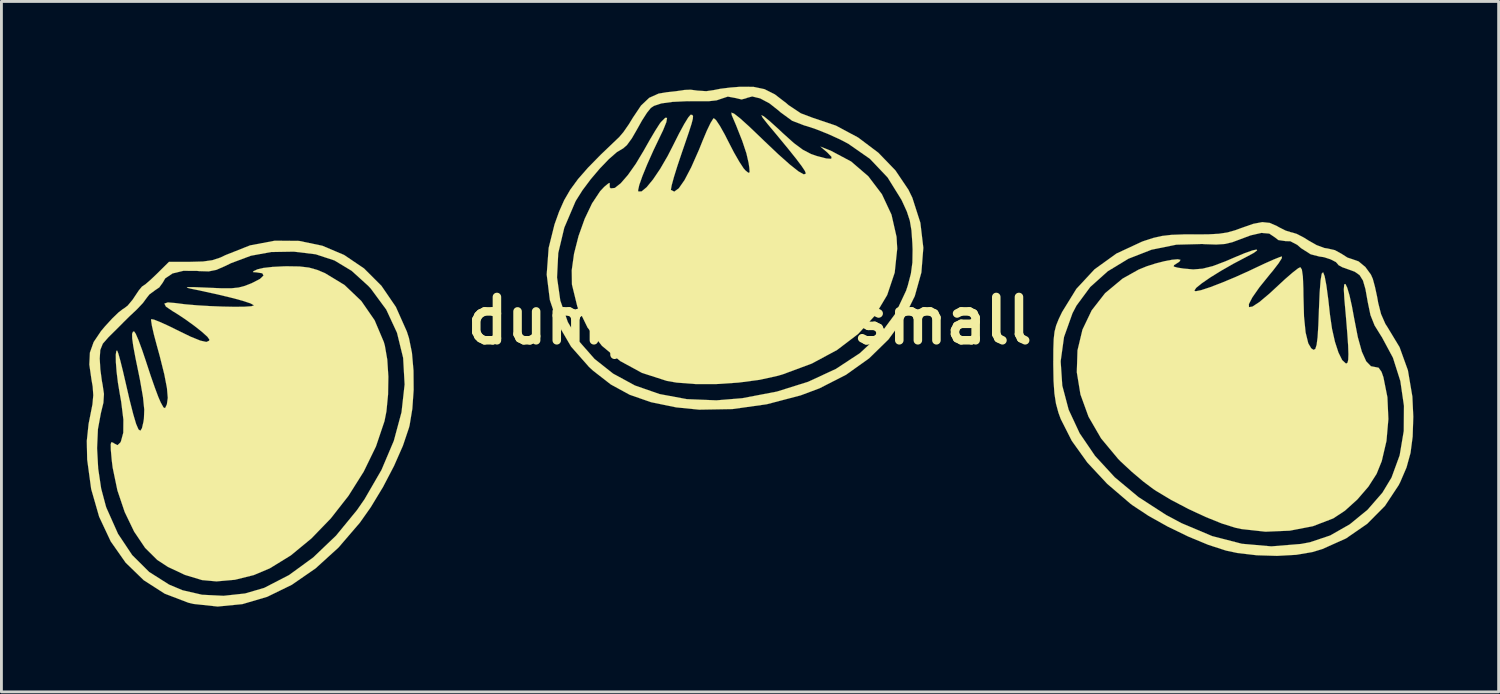
<source format=kicad_pcb>
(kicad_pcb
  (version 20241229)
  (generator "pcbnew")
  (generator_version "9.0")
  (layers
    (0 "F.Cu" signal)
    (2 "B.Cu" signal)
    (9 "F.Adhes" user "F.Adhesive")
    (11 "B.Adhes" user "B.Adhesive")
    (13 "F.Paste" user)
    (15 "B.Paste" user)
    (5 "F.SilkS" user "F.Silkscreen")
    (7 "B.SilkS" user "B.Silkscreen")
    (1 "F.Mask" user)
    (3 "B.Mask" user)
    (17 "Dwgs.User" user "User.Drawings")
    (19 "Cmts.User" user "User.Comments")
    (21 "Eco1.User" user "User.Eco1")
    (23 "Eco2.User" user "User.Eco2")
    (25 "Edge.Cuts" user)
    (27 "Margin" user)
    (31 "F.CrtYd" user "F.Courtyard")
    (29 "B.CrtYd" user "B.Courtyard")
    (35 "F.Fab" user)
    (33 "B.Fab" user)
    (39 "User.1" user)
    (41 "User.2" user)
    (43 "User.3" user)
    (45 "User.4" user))
  (footprint "dumplings-small"
    (layer "F.Cu")
    (at 23.317 8.229)
    (property "Reference" "dumplings-small" (at 0 0 0) (layer "F.SilkS") (effects (font (size 1.524 1.524) (thickness 0.3))))
    (attr through_hole)
    (fp_poly (pts (xy -15.85 -2.806) (xy -15.031 -2.636) (xy -14.263 -2.311) (xy -13.564 -1.838) (xy -12.952 -1.227) (xy -12.444 -0.484) (xy -12.058 0.382) (xy -11.984 0.611) (xy -11.879 1.127) (xy -11.824 1.757) (xy -11.819 2.436) (xy -11.865 3.097) (xy -11.961 3.676) (xy -11.983 3.763) (xy -12.196 4.396) (xy -12.51 5.109) (xy -12.896 5.848) (xy -13.326 6.558) (xy -13.71 7.103) (xy -14.463 7.979) (xy -15.267 8.71) (xy -16.107 9.29) (xy -16.97 9.711) (xy -17.842 9.968) (xy -18.71 10.053) (xy -19.56 9.962) (xy -19.746 9.917) (xy -20.575 9.6) (xy -21.312 9.127) (xy -21.948 8.51) (xy -22.473 7.762) (xy -22.88 6.895) (xy -23.16 5.921) (xy -23.301 4.884) (xy -23.309 4.484) (xy -22.953 4.484) (xy -22.914 5.201) (xy -22.809 5.904) (xy -22.642 6.531) (xy -22.623 6.585) (xy -22.217 7.495) (xy -21.718 8.244) (xy -21.121 8.838) (xy -20.42 9.282) (xy -19.946 9.481) (xy -19.26 9.639) (xy -18.503 9.676) (xy -17.748 9.594) (xy -17.074 9.397) (xy -16.2 8.946) (xy -15.351 8.327) (xy -14.547 7.559) (xy -13.812 6.663) (xy -13.545 6.278) (xy -12.95 5.25) (xy -12.516 4.226) (xy -12.245 3.219) (xy -12.136 2.242) (xy -12.188 1.306) (xy -12.404 0.424) (xy -12.782 -0.391) (xy -13.323 -1.126) (xy -13.417 -1.227) (xy -14 -1.755) (xy -14.602 -2.118) (xy -15.265 -2.336) (xy -16.035 -2.429) (xy -16.04 -2.429) (xy -16.834 -2.415) (xy -17.543 -2.285) (xy -18.241 -2.024) (xy -18.453 -1.921) (xy -18.757 -1.788) (xy -19.027 -1.734) (xy -19.362 -1.744) (xy -19.451 -1.753) (xy -19.919 -1.754) (xy -20.299 -1.662) (xy -20.557 -1.488) (xy -20.642 -1.341) (xy -20.765 -1.171) (xy -20.899 -1.081) (xy -21.108 -0.929) (xy -21.206 -0.806) (xy -21.344 -0.619) (xy -21.546 -0.405) (xy -21.57 -0.382) (xy -21.812 -0.155) (xy -22.034 0.064) (xy -22.041 0.072) (xy -22.244 0.276) (xy -22.491 0.52) (xy -22.554 0.583) (xy -22.751 0.807) (xy -22.84 1.029) (xy -22.86 1.33) (xy -22.838 1.713) (xy -22.783 2.126) (xy -22.76 2.243) (xy -22.711 2.577) (xy -22.73 2.885) (xy -22.82 3.255) (xy -22.923 3.814) (xy -22.953 4.484) (xy -23.309 4.484) (xy -23.314 4.228) (xy -23.251 3.63) (xy -23.197 3.359) (xy -23.115 2.942) (xy -23.086 2.621) (xy -23.107 2.315) (xy -23.149 2.073) (xy -23.225 1.543) (xy -23.205 1.123) (xy -23.073 0.751) (xy -22.814 0.366) (xy -22.669 0.194) (xy -22.417 -0.08) (xy -22.194 -0.295) (xy -22.04 -0.413) (xy -22.02 -0.421) (xy -21.878 -0.528) (xy -21.703 -0.738) (xy -21.632 -0.845) (xy -21.484 -1.066) (xy -21.372 -1.201) (xy -21.342 -1.22) (xy -21.249 -1.283) (xy -21.065 -1.443) (xy -20.852 -1.646) (xy -20.423 -2.07) (xy -19.663 -2.07) (xy -19.225 -2.082) (xy -18.902 -2.127) (xy -18.62 -2.219) (xy -18.437 -2.306) (xy -17.571 -2.649) (xy -16.702 -2.813) (xy -15.85 -2.806)) (stroke (width 0.005) (type solid)) (fill yes) (layer "F.SilkS"))
    (fp_poly (pts (xy 0.135 -8.224) (xy 0.52 -8.143) (xy 0.883 -7.961) (xy 1.284 -7.653) (xy 1.364 -7.583) (xy 1.8 -7.293) (xy 2.208 -7.139) (xy 3.034 -6.86) (xy 3.817 -6.44) (xy 4.525 -5.907) (xy 5.124 -5.287) (xy 5.583 -4.606) (xy 5.72 -4.325) (xy 6.003 -3.443) (xy 6.107 -2.563) (xy 6.039 -1.699) (xy 5.806 -0.865) (xy 5.417 -0.074) (xy 4.88 0.66) (xy 4.202 1.322) (xy 3.391 1.9) (xy 2.455 2.378) (xy 1.793 2.626) (xy 0.599 2.939) (xy -0.604 3.108) (xy -1.776 3.129) (xy -2.587 3.048) (xy -3.47 2.866) (xy -4.22 2.605) (xy -4.884 2.243) (xy -5.507 1.759) (xy -5.65 1.628) (xy -6.281 0.912) (xy -6.741 0.124) (xy -7.028 -0.727) (xy -7.126 -1.521) (xy -6.776 -1.521) (xy -6.661 -0.708) (xy -6.396 0.048) (xy -5.992 0.736) (xy -5.457 1.345) (xy -4.802 1.863) (xy -4.036 2.279) (xy -3.169 2.581) (xy -2.21 2.759) (xy -1.17 2.801) (xy -0.261 2.726) (xy 0.955 2.494) (xy 2.055 2.149) (xy 3.031 1.697) (xy 3.873 1.144) (xy 4.571 0.497) (xy 5.117 -0.238) (xy 5.501 -1.054) (xy 5.56 -1.233) (xy 5.67 -1.654) (xy 5.723 -2.047) (xy 5.73 -2.501) (xy 5.721 -2.726) (xy 5.69 -3.176) (xy 5.632 -3.52) (xy 5.528 -3.839) (xy 5.356 -4.216) (xy 5.335 -4.258) (xy 4.85 -5.039) (xy 4.229 -5.693) (xy 3.467 -6.224) (xy 3.162 -6.383) (xy 2.751 -6.569) (xy 2.339 -6.733) (xy 2 -6.846) (xy 1.931 -6.864) (xy 1.496 -7.03) (xy 1.081 -7.333) (xy 1.03 -7.38) (xy 0.695 -7.645) (xy 0.368 -7.819) (xy 0.088 -7.887) (xy -0.105 -7.835) (xy -0.114 -7.826) (xy -0.286 -7.781) (xy -0.494 -7.831) (xy -0.769 -7.882) (xy -0.954 -7.821) (xy -1.164 -7.75) (xy -1.446 -7.719) (xy -1.481 -7.719) (xy -2.184 -7.721) (xy -2.719 -7.696) (xy -3.107 -7.642) (xy -3.367 -7.556) (xy -3.476 -7.483) (xy -3.611 -7.317) (xy -3.788 -7.041) (xy -3.97 -6.716) (xy -4.147 -6.41) (xy -4.32 -6.174) (xy -4.452 -6.059) (xy -4.457 -6.057) (xy -4.671 -5.93) (xy -4.954 -5.683) (xy -5.272 -5.352) (xy -5.593 -4.974) (xy -5.882 -4.588) (xy -6.108 -4.229) (xy -6.131 -4.186) (xy -6.521 -3.271) (xy -6.733 -2.379) (xy -6.776 -1.521) (xy -7.126 -1.521) (xy -7.139 -1.625) (xy -7.07 -2.56) (xy -6.864 -3.387) (xy -6.701 -3.841) (xy -6.524 -4.239) (xy -6.309 -4.609) (xy -6.037 -4.98) (xy -5.686 -5.381) (xy -5.235 -5.841) (xy -4.662 -6.388) (xy -4.589 -6.457) (xy -4.44 -6.633) (xy -4.25 -6.907) (xy -4.106 -7.142) (xy -3.821 -7.567) (xy -3.533 -7.839) (xy -3.203 -7.987) (xy -2.916 -8.035) (xy -2.612 -8.068) (xy -2.362 -8.103) (xy -2.307 -8.114) (xy -2.079 -8.124) (xy -1.836 -8.092) (xy -1.528 -8.072) (xy -1.27 -8.109) (xy -1.029 -8.157) (xy -0.68 -8.2) (xy -0.333 -8.227) (xy 0.135 -8.224)) (stroke (width 0.005) (type solid)) (fill yes) (layer "F.SilkS"))
    (fp_poly (pts (xy 17.846 -2.471) (xy 17.717 -2.378) (xy 17.483 -2.252) (xy 17.012 -2.004) (xy 16.575 -1.754) (xy 16.197 -1.52) (xy 15.9 -1.315) (xy 15.705 -1.157) (xy 15.638 -1.059) (xy 15.684 -1.035) (xy 15.876 -1.073) (xy 16.198 -1.179) (xy 16.612 -1.338) (xy 17.08 -1.533) (xy 17.563 -1.751) (xy 17.729 -1.83) (xy 18.107 -2.008) (xy 18.426 -2.15) (xy 18.646 -2.238) (xy 18.72 -2.258) (xy 18.712 -2.193) (xy 18.601 -2.019) (xy 18.408 -1.767) (xy 18.302 -1.64) (xy 17.925 -1.173) (xy 17.678 -0.819) (xy 17.557 -0.585) (xy 17.56 -0.476) (xy 17.684 -0.497) (xy 17.927 -0.656) (xy 18.285 -0.957) (xy 18.521 -1.176) (xy 18.831 -1.463) (xy 19.098 -1.694) (xy 19.289 -1.842) (xy 19.366 -1.881) (xy 19.42 -1.8) (xy 19.456 -1.551) (xy 19.473 -1.126) (xy 19.476 -0.87) (xy 19.496 -0.141) (xy 19.552 0.415) (xy 19.645 0.794) (xy 19.747 0.969) (xy 19.83 1.026) (xy 19.893 0.994) (xy 19.939 0.851) (xy 19.974 0.579) (xy 20 0.158) (xy 20.02 -0.378) (xy 20.046 -0.991) (xy 20.079 -1.416) (xy 20.119 -1.654) (xy 20.167 -1.703) (xy 20.221 -1.565) (xy 20.283 -1.238) (xy 20.352 -0.724) (xy 20.408 -0.213) (xy 20.481 0.287) (xy 20.584 0.743) (xy 20.707 1.12) (xy 20.838 1.385) (xy 20.965 1.502) (xy 20.986 1.505) (xy 21.027 1.476) (xy 21.051 1.375) (xy 21.058 1.182) (xy 21.048 0.877) (xy 21.018 0.442) (xy 20.97 -0.145) (xy 20.916 -0.753) (xy 20.896 -1.1) (xy 20.91 -1.276) (xy 20.952 -1.292) (xy 21.015 -1.162) (xy 21.094 -0.896) (xy 21.181 -0.507) (xy 21.253 -0.115) (xy 21.388 0.578) (xy 21.53 1.09) (xy 21.683 1.429) (xy 21.849 1.601) (xy 21.976 1.626) (xy 22.119 1.654) (xy 22.222 1.799) (xy 22.288 1.987) (xy 22.429 2.692) (xy 22.463 3.459) (xy 22.396 4.229) (xy 22.23 4.938) (xy 22.048 5.388) (xy 21.76 5.837) (xy 21.37 6.289) (xy 20.935 6.682) (xy 20.524 6.953) (xy 19.808 7.228) (xy 18.995 7.385) (xy 18.14 7.421) (xy 17.298 7.328) (xy 17.083 7.282) (xy 16.611 7.134) (xy 16.041 6.905) (xy 15.429 6.62) (xy 14.829 6.306) (xy 14.299 5.989) (xy 14.194 5.919) (xy 13.842 5.655) (xy 13.438 5.313) (xy 13.054 4.957) (xy 12.958 4.86) (xy 12.358 4.138) (xy 11.917 3.377) (xy 11.634 2.596) (xy 11.505 1.812) (xy 11.529 1.045) (xy 11.704 0.314) (xy 12.028 -0.363) (xy 12.499 -0.967) (xy 13.115 -1.48) (xy 13.678 -1.796) (xy 13.964 -1.913) (xy 14.277 -2.013) (xy 14.586 -2.092) (xy 14.855 -2.143) (xy 15.055 -2.161) (xy 15.151 -2.14) (xy 15.111 -2.074) (xy 15.054 -2.037) (xy 14.922 -1.952) (xy 14.913 -1.903) (xy 15.05 -1.866) (xy 15.257 -1.834) (xy 15.599 -1.803) (xy 15.926 -1.829) (xy 16.289 -1.92) (xy 16.735 -2.089) (xy 17.058 -2.228) (xy 17.419 -2.379) (xy 17.681 -2.471) (xy 17.829 -2.502) (xy 17.846 -2.471)) (stroke (width 0.005) (type solid)) (fill yes) (layer "F.SilkS"))
    (fp_poly (pts (xy -0.549 -7.282) (xy -0.344 -7.122) (xy -0.023 -6.833) (xy 0.42 -6.41) (xy 0.49 -6.342) (xy 1.003 -5.855) (xy 1.414 -5.49) (xy 1.716 -5.251) (xy 1.905 -5.145) (xy 1.975 -5.174) (xy 1.976 -5.181) (xy 1.941 -5.269) (xy 1.831 -5.435) (xy 1.635 -5.695) (xy 1.343 -6.06) (xy 0.944 -6.544) (xy 0.626 -6.924) (xy 0.455 -7.141) (xy 0.413 -7.228) (xy 0.493 -7.19) (xy 0.692 -7.028) (xy 1.003 -6.748) (xy 1.168 -6.593) (xy 1.554 -6.246) (xy 1.867 -6.014) (xy 2.156 -5.863) (xy 2.355 -5.793) (xy 2.695 -5.705) (xy 2.868 -5.693) (xy 2.88 -5.76) (xy 2.739 -5.909) (xy 2.718 -5.927) (xy 2.493 -6.121) (xy 2.856 -5.977) (xy 3.567 -5.599) (xy 4.17 -5.081) (xy 4.65 -4.449) (xy 4.987 -3.729) (xy 5.165 -2.948) (xy 5.189 -2.535) (xy 5.1 -1.691) (xy 4.836 -0.904) (xy 4.406 -0.183) (xy 3.816 0.464) (xy 3.073 1.03) (xy 2.185 1.507) (xy 1.159 1.888) (xy 0.988 1.938) (xy 0.344 2.08) (xy -0.393 2.177) (xy -1.164 2.228) (xy -1.91 2.228) (xy -2.572 2.177) (xy -2.916 2.117) (xy -3.788 1.836) (xy -4.552 1.42) (xy -5.195 0.885) (xy -5.702 0.243) (xy -6.06 -0.491) (xy -6.251 -1.272) (xy -6.259 -1.772) (xy -6.177 -2.357) (xy -6.019 -2.977) (xy -5.803 -3.583) (xy -5.545 -4.124) (xy -5.261 -4.552) (xy -5.117 -4.706) (xy -4.971 -4.827) (xy -4.918 -4.846) (xy -4.925 -4.828) (xy -4.922 -4.689) (xy -4.885 -4.653) (xy -4.742 -4.669) (xy -4.535 -4.833) (xy -4.283 -5.123) (xy -4.004 -5.518) (xy -3.717 -5.997) (xy -3.715 -6.002) (xy -3.506 -6.371) (xy -3.316 -6.691) (xy -3.172 -6.916) (xy -3.121 -6.985) (xy -2.969 -7.136) (xy -2.906 -7.132) (xy -2.932 -6.982) (xy -3.047 -6.697) (xy -3.135 -6.515) (xy -3.387 -5.988) (xy -3.603 -5.504) (xy -3.772 -5.09) (xy -3.884 -4.774) (xy -3.926 -4.584) (xy -3.917 -4.544) (xy -3.801 -4.547) (xy -3.622 -4.696) (xy -3.398 -4.969) (xy -3.146 -5.342) (xy -2.884 -5.793) (xy -2.687 -6.178) (xy -2.484 -6.582) (xy -2.303 -6.915) (xy -2.161 -7.146) (xy -2.078 -7.243) (xy -2.073 -7.244) (xy -2.019 -7.236) (xy -1.993 -7.197) (xy -2 -7.1) (xy -2.047 -6.919) (xy -2.141 -6.627) (xy -2.287 -6.199) (xy -2.395 -5.885) (xy -2.545 -5.437) (xy -2.665 -5.052) (xy -2.743 -4.766) (xy -2.771 -4.613) (xy -2.768 -4.599) (xy -2.653 -4.539) (xy -2.493 -4.656) (xy -2.292 -4.944) (xy -2.055 -5.397) (xy -1.784 -6.009) (xy -1.649 -6.344) (xy -1.505 -6.686) (xy -1.376 -6.954) (xy -1.283 -7.104) (xy -1.262 -7.121) (xy -1.184 -7.055) (xy -1.049 -6.853) (xy -0.878 -6.549) (xy -0.751 -6.299) (xy -0.554 -5.918) (xy -0.366 -5.59) (xy -0.215 -5.359) (xy -0.152 -5.286) (xy -0.044 -5.2) (xy -0.002 -5.219) (xy -0.012 -5.375) (xy -0.037 -5.547) (xy -0.115 -5.885) (xy -0.26 -6.321) (xy -0.482 -6.882) (xy -0.632 -7.233) (xy -0.643 -7.318) (xy -0.549 -7.282)) (stroke (width 0.005) (type solid)) (fill yes) (layer "F.SilkS"))
    (fp_poly (pts (xy -15.83 -1.907) (xy -15.499 -1.868) (xy -15.206 -1.785) (xy -14.937 -1.672) (xy -14.25 -1.255) (xy -13.66 -0.693) (xy -13.192 -0.016) (xy -12.868 0.749) (xy -12.831 0.88) (xy -12.746 1.371) (xy -12.708 1.969) (xy -12.719 2.6) (xy -12.776 3.188) (xy -12.844 3.532) (xy -13.144 4.422) (xy -13.574 5.306) (xy -14.111 6.159) (xy -14.732 6.952) (xy -15.416 7.659) (xy -16.138 8.254) (xy -16.877 8.709) (xy -17.439 8.946) (xy -18.106 9.112) (xy -18.753 9.169) (xy -19.26 9.123) (xy -19.865 8.94) (xy -20.463 8.658) (xy -20.835 8.415) (xy -21.263 7.991) (xy -21.65 7.417) (xy -21.981 6.73) (xy -22.238 5.967) (xy -22.405 5.164) (xy -22.438 4.894) (xy -22.469 4.541) (xy -22.473 4.343) (xy -22.447 4.271) (xy -22.385 4.293) (xy -22.361 4.312) (xy -22.234 4.378) (xy -22.137 4.287) (xy -22.114 4.246) (xy -22.031 3.94) (xy -22.027 3.478) (xy -22.104 2.855) (xy -22.154 2.572) (xy -22.219 2.18) (xy -22.266 1.794) (xy -22.292 1.453) (xy -22.295 1.195) (xy -22.274 1.059) (xy -22.244 1.055) (xy -22.203 1.163) (xy -22.133 1.414) (xy -22.045 1.768) (xy -21.972 2.082) (xy -21.813 2.77) (xy -21.683 3.283) (xy -21.58 3.631) (xy -21.497 3.823) (xy -21.43 3.87) (xy -21.374 3.781) (xy -21.324 3.567) (xy -21.305 3.445) (xy -21.293 3.129) (xy -21.338 2.685) (xy -21.442 2.09) (xy -21.487 1.868) (xy -21.603 1.304) (xy -21.679 0.898) (xy -21.717 0.626) (xy -21.721 0.465) (xy -21.692 0.391) (xy -21.651 0.376) (xy -21.593 0.461) (xy -21.494 0.69) (xy -21.368 1.032) (xy -21.227 1.45) (xy -21.217 1.482) (xy -21.067 1.938) (xy -20.922 2.353) (xy -20.8 2.68) (xy -20.719 2.867) (xy -20.619 3.049) (xy -20.562 3.076) (xy -20.506 2.961) (xy -20.497 2.937) (xy -20.466 2.714) (xy -20.495 2.369) (xy -20.588 1.886) (xy -20.747 1.249) (xy -20.852 0.868) (xy -20.953 0.489) (xy -21.023 0.182) (xy -21.053 -0.011) (xy -21.049 -0.055) (xy -20.949 -0.037) (xy -20.721 0.054) (xy -20.402 0.2) (xy -20.154 0.323) (xy -19.665 0.561) (xy -19.32 0.701) (xy -19.107 0.748) (xy -19.011 0.704) (xy -19.003 0.662) (xy -19.075 0.562) (xy -19.266 0.39) (xy -19.535 0.178) (xy -19.844 -0.046) (xy -20.152 -0.249) (xy -20.296 -0.336) (xy -20.531 -0.496) (xy -20.586 -0.601) (xy -20.465 -0.643) (xy -20.202 -0.621) (xy -19.856 -0.577) (xy -19.437 -0.541) (xy -18.982 -0.514) (xy -18.527 -0.496) (xy -18.109 -0.488) (xy -17.764 -0.492) (xy -17.527 -0.508) (xy -17.437 -0.538) (xy -17.438 -0.544) (xy -17.558 -0.61) (xy -17.841 -0.703) (xy -18.263 -0.816) (xy -18.802 -0.944) (xy -19.435 -1.081) (xy -19.661 -1.127) (xy -19.795 -1.161) (xy -19.766 -1.179) (xy -19.566 -1.181) (xy -19.187 -1.166) (xy -19.046 -1.16) (xy -18.57 -1.14) (xy -18.231 -1.14) (xy -17.977 -1.166) (xy -17.756 -1.224) (xy -17.519 -1.317) (xy -17.518 -1.317) (xy -17.226 -1.467) (xy -17.099 -1.587) (xy -17.142 -1.668) (xy -17.339 -1.699) (xy -17.473 -1.71) (xy -17.445 -1.746) (xy -17.31 -1.807) (xy -17.107 -1.855) (xy -16.779 -1.892) (xy -16.386 -1.912) (xy -16.275 -1.914) (xy -15.83 -1.907)) (stroke (width 0.005) (type solid)) (fill yes) (layer "F.SilkS"))
    (fp_poly (pts (xy 18.292 -3.439) (xy 18.55 -3.325) (xy 18.605 -3.292) (xy 18.85 -3.168) (xy 19.052 -3.105) (xy 19.076 -3.103) (xy 19.243 -3.051) (xy 19.492 -2.922) (xy 19.652 -2.821) (xy 19.939 -2.658) (xy 20.21 -2.557) (xy 20.321 -2.54) (xy 20.581 -2.481) (xy 20.816 -2.352) (xy 21.024 -2.219) (xy 21.191 -2.164) (xy 21.192 -2.164) (xy 21.416 -2.085) (xy 21.654 -1.887) (xy 21.848 -1.622) (xy 21.915 -1.471) (xy 21.99 -1.195) (xy 22.068 -0.835) (xy 22.105 -0.626) (xy 22.205 -0.233) (xy 22.356 0.111) (xy 22.421 0.211) (xy 22.856 0.93) (xy 23.15 1.745) (xy 23.307 2.671) (xy 23.339 3.377) (xy 23.317 4.075) (xy 23.242 4.65) (xy 23.1 5.164) (xy 22.879 5.678) (xy 22.824 5.786) (xy 22.343 6.513) (xy 21.717 7.144) (xy 20.974 7.657) (xy 20.14 8.031) (xy 19.79 8.137) (xy 19.223 8.234) (xy 18.548 8.271) (xy 17.836 8.25) (xy 17.158 8.171) (xy 16.755 8.086) (xy 16.132 7.884) (xy 15.427 7.592) (xy 14.705 7.242) (xy 14.029 6.864) (xy 13.463 6.49) (xy 13.397 6.441) (xy 12.574 5.737) (xy 11.878 4.991) (xy 11.328 4.224) (xy 10.94 3.458) (xy 10.858 3.232) (xy 10.772 2.914) (xy 10.717 2.558) (xy 10.687 2.114) (xy 10.677 1.534) (xy 10.677 1.503) (xy 10.678 1.427) (xy 10.937 1.427) (xy 10.994 2.284) (xy 11.218 3.131) (xy 11.604 3.959) (xy 12.146 4.755) (xy 12.838 5.507) (xy 13.674 6.204) (xy 14.646 6.833) (xy 15.193 7.124) (xy 16.265 7.576) (xy 17.311 7.846) (xy 18.347 7.937) (xy 19.39 7.852) (xy 19.709 7.792) (xy 20.417 7.554) (xy 21.105 7.162) (xy 21.731 6.65) (xy 22.253 6.05) (xy 22.574 5.518) (xy 22.86 4.735) (xy 23.004 3.88) (xy 23.011 2.994) (xy 22.884 2.121) (xy 22.624 1.302) (xy 22.236 0.579) (xy 22.212 0.544) (xy 21.979 0.168) (xy 21.834 -0.196) (xy 21.74 -0.646) (xy 21.737 -0.662) (xy 21.657 -1.111) (xy 21.57 -1.412) (xy 21.451 -1.603) (xy 21.28 -1.723) (xy 21.071 -1.799) (xy 20.839 -1.882) (xy 20.707 -1.956) (xy 20.696 -1.975) (xy 20.617 -2.063) (xy 20.426 -2.16) (xy 20.197 -2.234) (xy 20.032 -2.258) (xy 19.73 -2.336) (xy 19.39 -2.553) (xy 19.26 -2.667) (xy 19.013 -2.796) (xy 18.855 -2.798) (xy 18.594 -2.836) (xy 18.473 -2.93) (xy 18.274 -3.064) (xy 17.998 -3.088) (xy 17.618 -3.001) (xy 17.277 -2.874) (xy 16.973 -2.76) (xy 16.707 -2.698) (xy 16.409 -2.679) (xy 16.007 -2.692) (xy 15.913 -2.698) (xy 15.006 -2.674) (xy 14.133 -2.497) (xy 13.32 -2.18) (xy 12.592 -1.738) (xy 11.975 -1.184) (xy 11.493 -0.531) (xy 11.353 -0.263) (xy 11.055 0.574) (xy 10.937 1.427) (xy 10.678 1.427) (xy 10.68 1.007) (xy 10.692 0.651) (xy 10.722 0.387) (xy 10.779 0.166) (xy 10.87 -0.06) (xy 10.988 -0.306) (xy 11.49 -1.12) (xy 12.129 -1.807) (xy 12.9 -2.362) (xy 13.799 -2.78) (xy 13.851 -2.799) (xy 14.192 -2.91) (xy 14.499 -2.98) (xy 14.834 -3.019) (xy 15.255 -3.034) (xy 15.616 -3.034) (xy 16.124 -3.037) (xy 16.499 -3.057) (xy 16.797 -3.102) (xy 17.071 -3.179) (xy 17.279 -3.255) (xy 17.709 -3.406) (xy 18.029 -3.467) (xy 18.292 -3.439)) (stroke (width 0.005) (type solid)) (fill yes) (layer "F.SilkS")))
  (gr_rect
    (start -3 -3)
    (end 49.658 21.285)
    (stroke (width 0.1) (type default))
    (fill no)
    (layer "Edge.Cuts")))
</source>
